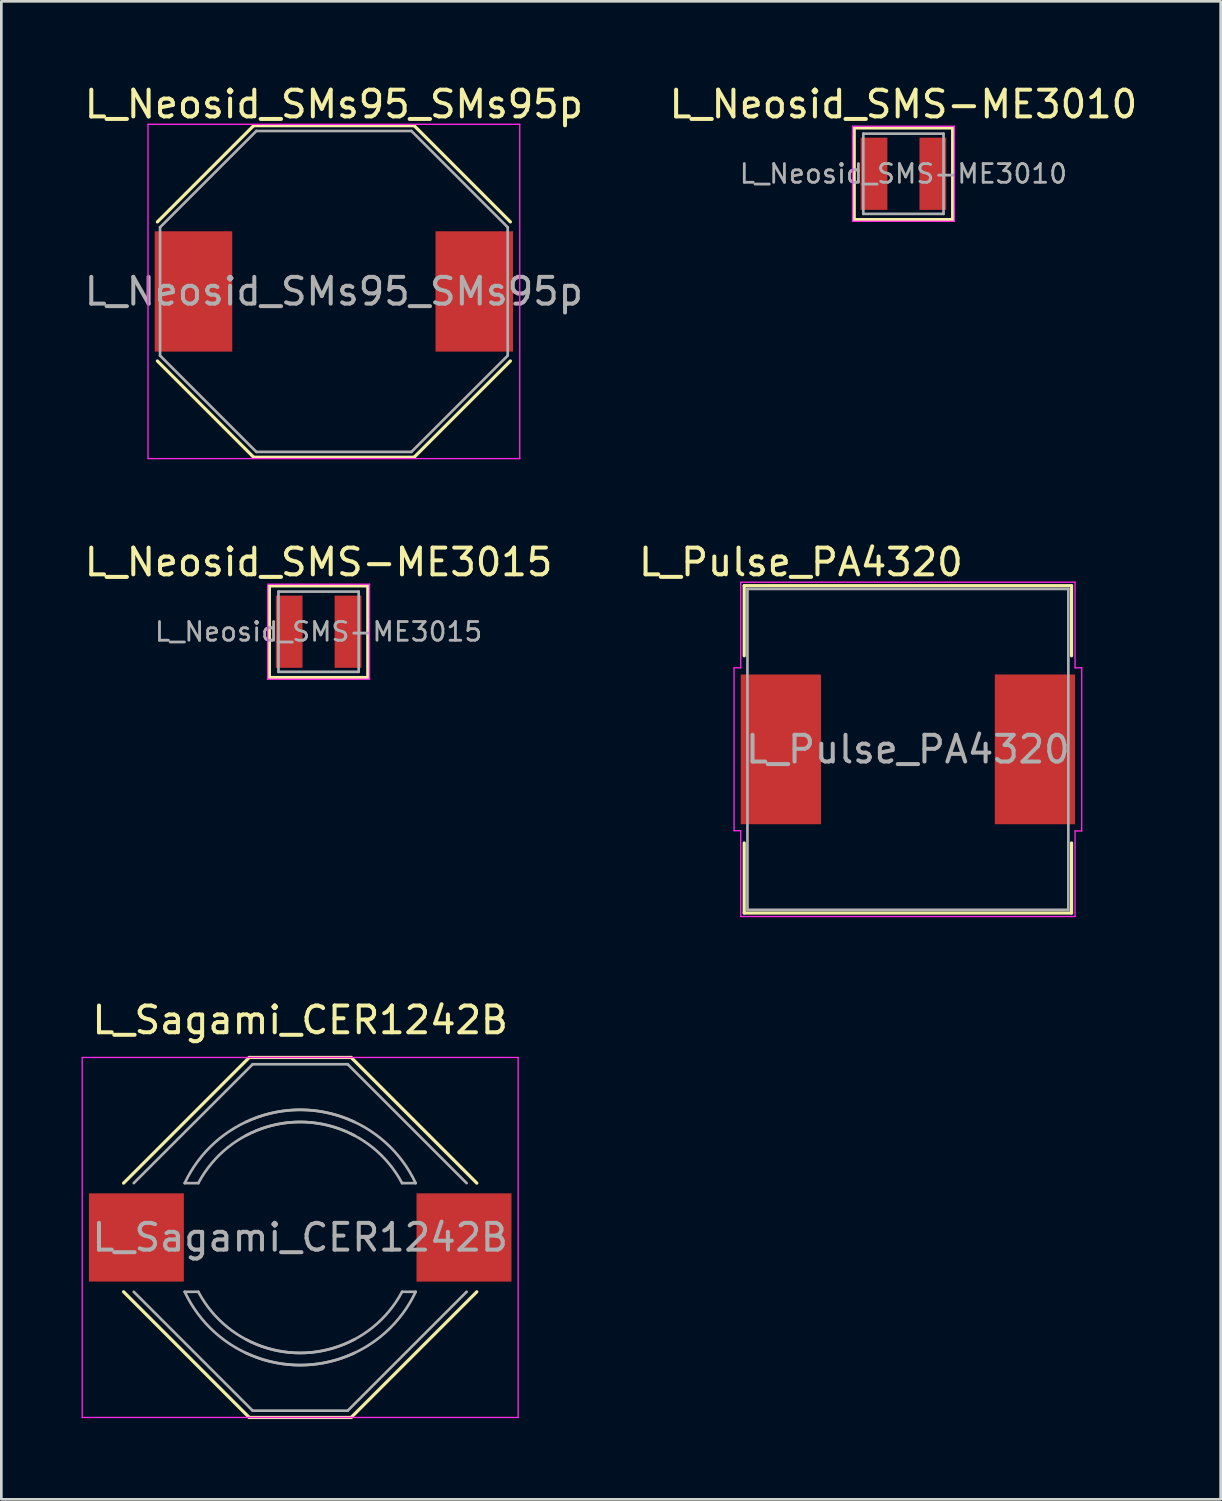
<source format=kicad_pcb>
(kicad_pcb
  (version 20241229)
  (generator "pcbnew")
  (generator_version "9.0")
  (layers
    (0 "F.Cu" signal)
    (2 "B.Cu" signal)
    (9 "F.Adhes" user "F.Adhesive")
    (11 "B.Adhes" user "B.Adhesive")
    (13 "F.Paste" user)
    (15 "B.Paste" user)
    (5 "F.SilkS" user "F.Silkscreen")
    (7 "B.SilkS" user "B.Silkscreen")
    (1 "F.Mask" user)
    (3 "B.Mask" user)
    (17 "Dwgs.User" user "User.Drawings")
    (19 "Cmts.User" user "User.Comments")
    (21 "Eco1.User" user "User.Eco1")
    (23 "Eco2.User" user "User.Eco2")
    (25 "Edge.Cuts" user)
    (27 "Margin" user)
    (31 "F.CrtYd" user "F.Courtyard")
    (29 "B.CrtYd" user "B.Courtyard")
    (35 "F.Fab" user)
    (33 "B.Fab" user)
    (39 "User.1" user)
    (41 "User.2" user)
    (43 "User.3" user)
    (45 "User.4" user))
  (footprint "L_Neosid_SMS-ME3010"
    (layer "F.Cu")
    (at 30.732 3.448)
    (property "Reference" "L_Neosid_SMS-ME3010" (at 0 -2.6 0) (layer "F.SilkS") (effects (font (size 1 1) (thickness 0.15))))
    (attr smd)
    (fp_line (start -1.841 -1.714) (end -1.841 1.714) (stroke (width 0.12) (type solid)) (layer "F.SilkS"))
    (fp_line (start -1.841 1.714) (end 1.841 1.714) (stroke (width 0.12) (type solid)) (layer "F.SilkS"))
    (fp_line (start 1.841 -1.714) (end -1.841 -1.714) (stroke (width 0.12) (type solid)) (layer "F.SilkS"))
    (fp_line (start 1.841 1.714) (end 1.841 -1.714) (stroke (width 0.12) (type solid)) (layer "F.SilkS"))
    (fp_line (start -1.905 -1.778) (end -1.905 1.778) (stroke (width 0.05) (type solid)) (layer "F.CrtYd"))
    (fp_line (start -1.905 -1.778) (end 1.905 -1.778) (stroke (width 0.05) (type solid)) (layer "F.CrtYd"))
    (fp_line (start 1.905 1.778) (end -1.905 1.778) (stroke (width 0.05) (type solid)) (layer "F.CrtYd"))
    (fp_line (start 1.905 1.778) (end 1.905 -1.778) (stroke (width 0.05) (type solid)) (layer "F.CrtYd"))
    (fp_line (start -1.5 -1.5) (end -1.5 1.5) (stroke (width 0.1) (type solid)) (layer "F.Fab"))
    (fp_line (start -1.5 1.5) (end 1.5 1.5) (stroke (width 0.1) (type solid)) (layer "F.Fab"))
    (fp_line (start 1.5 -1.5) (end -1.5 -1.5) (stroke (width 0.1) (type solid)) (layer "F.Fab"))
    (fp_line (start 1.5 1.5) (end 1.5 -1.5) (stroke (width 0.1) (type solid)) (layer "F.Fab"))
    (fp_text user "${REFERENCE}" (at 0 0 0) (layer "F.Fab") (effects (font (size 0.7 0.7) (thickness 0.105))))
    (pad "1" smd rect (at -1.1 0) (size 1 2.7) (layers "F.Cu" "F.Mask" "F.Paste"))
    (pad "2" smd rect (at 1.1 0) (size 1 2.7) (layers "F.Cu" "F.Mask" "F.Paste")))
  (footprint "L_Neosid_SMS-ME3015"
    (layer "F.Cu")
    (at 8.863 20.572)
    (property "Reference" "L_Neosid_SMS-ME3015" (at 0 -2.6 0) (layer "F.SilkS") (effects (font (size 1 1) (thickness 0.15))))
    (attr smd)
    (fp_line (start -1.841 -1.714) (end -1.841 1.714) (stroke (width 0.12) (type solid)) (layer "F.SilkS"))
    (fp_line (start -1.841 1.714) (end 1.841 1.714) (stroke (width 0.12) (type solid)) (layer "F.SilkS"))
    (fp_line (start 1.841 -1.714) (end -1.841 -1.714) (stroke (width 0.12) (type solid)) (layer "F.SilkS"))
    (fp_line (start 1.841 1.714) (end 1.841 -1.714) (stroke (width 0.12) (type solid)) (layer "F.SilkS"))
    (fp_line (start -1.905 -1.778) (end 1.905 -1.778) (stroke (width 0.05) (type solid)) (layer "F.CrtYd"))
    (fp_line (start -1.905 -1.722) (end -1.905 1.778) (stroke (width 0.05) (type solid)) (layer "F.CrtYd"))
    (fp_line (start 1.905 1.778) (end -1.905 1.778) (stroke (width 0.05) (type solid)) (layer "F.CrtYd"))
    (fp_line (start 1.905 1.778) (end 1.905 -1.778) (stroke (width 0.05) (type solid)) (layer "F.CrtYd"))
    (fp_line (start -1.5 -1.5) (end -1.5 1.5) (stroke (width 0.1) (type solid)) (layer "F.Fab"))
    (fp_line (start -1.5 1.5) (end 1.5 1.5) (stroke (width 0.1) (type solid)) (layer "F.Fab"))
    (fp_line (start 1.5 -1.5) (end -1.5 -1.5) (stroke (width 0.1) (type solid)) (layer "F.Fab"))
    (fp_line (start 1.5 1.5) (end 1.5 -1.5) (stroke (width 0.1) (type solid)) (layer "F.Fab"))
    (fp_text user "${REFERENCE}" (at 0 0 0) (layer "F.Fab") (effects (font (size 0.7 0.7) (thickness 0.105))))
    (pad "1" smd rect (at -1.1 0) (size 1 2.7) (layers "F.Cu" "F.Mask" "F.Paste"))
    (pad "2" smd rect (at 1.1 0) (size 1 2.7) (layers "F.Cu" "F.Mask" "F.Paste")))
  (footprint "L_Sagami_CER1242B"
    (layer "F.Cu")
    (at 8.175 43.223)
    (property "Reference" "L_Sagami_CER1242B" (at 0 -8.128 0) (layer "F.SilkS") (effects (font (size 1 1) (thickness 0.15))))
    (attr smd)
    (fp_line (start -6.604 -2.032) (end -1.905 -6.731) (stroke (width 0.12) (type solid)) (layer "F.SilkS"))
    (fp_line (start -6.604 2.032) (end -1.905 6.731) (stroke (width 0.12) (type solid)) (layer "F.SilkS"))
    (fp_line (start -1.905 -6.731) (end 1.905 -6.731) (stroke (width 0.12) (type solid)) (layer "F.SilkS"))
    (fp_line (start -1.905 6.731) (end 1.905 6.731) (stroke (width 0.12) (type solid)) (layer "F.SilkS"))
    (fp_line (start 1.905 -6.731) (end 6.604 -2.032) (stroke (width 0.12) (type solid)) (layer "F.SilkS"))
    (fp_line (start 1.905 6.731) (end 6.604 2.032) (stroke (width 0.12) (type solid)) (layer "F.SilkS"))
    (fp_line (start -8.15 -6.73) (end -8.15 6.73) (stroke (width 0.05) (type solid)) (layer "F.CrtYd"))
    (fp_line (start -8.15 -6.73) (end 8.15 -6.73) (stroke (width 0.05) (type solid)) (layer "F.CrtYd"))
    (fp_line (start -8.15 6.73) (end 8.15 6.73) (stroke (width 0.05) (type solid)) (layer "F.CrtYd"))
    (fp_line (start 8.15 -6.73) (end 8.15 6.73) (stroke (width 0.05) (type solid)) (layer "F.CrtYd"))
    (fp_line (start -6.223 -2.032) (end -1.778 -6.477) (stroke (width 0.1) (type solid)) (layer "F.Fab"))
    (fp_line (start -6.223 2.032) (end -1.778 6.477) (stroke (width 0.1) (type solid)) (layer "F.Fab"))
    (fp_line (start -3.81 -2.032) (end -4.318 -2.032) (stroke (width 0.1) (type solid)) (layer "F.Fab"))
    (fp_line (start -3.81 2.032) (end -4.318 2.032) (stroke (width 0.1) (type solid)) (layer "F.Fab"))
    (fp_line (start -1.778 6.477) (end 1.778 6.477) (stroke (width 0.1) (type solid)) (layer "F.Fab"))
    (fp_line (start 1.778 -6.477) (end -1.778 -6.477) (stroke (width 0.1) (type solid)) (layer "F.Fab"))
    (fp_line (start 1.778 6.477) (end 6.223 2.032) (stroke (width 0.1) (type solid)) (layer "F.Fab"))
    (fp_line (start 3.81 -2.032) (end 4.318 -2.032) (stroke (width 0.1) (type solid)) (layer "F.Fab"))
    (fp_line (start 3.81 2.032) (end 4.318 2.032) (stroke (width 0.1) (type solid)) (layer "F.Fab"))
    (fp_line (start 6.223 -2.032) (end 1.778 -6.477) (stroke (width 0.1) (type solid)) (layer "F.Fab"))
    (fp_arc (start -4.318 -2.032) (mid -1.616446 -4.490128) (end 2.032 -4.318) (stroke (width 0.1) (type solid)) (layer "F.Fab"))
    (fp_arc (start -3.81 -2.032) (mid -1.257236 -4.130918) (end 2.032 -3.81) (stroke (width 0.1) (type solid)) (layer "F.Fab"))
    (fp_arc (start -2.032 -4.318) (mid 1.616446 -4.490128) (end 4.318 -2.032) (stroke (width 0.1) (type solid)) (layer "F.Fab"))
    (fp_arc (start -2.032 -3.81) (mid 1.257236 -4.130918) (end 3.81 -2.032) (stroke (width 0.1) (type solid)) (layer "F.Fab"))
    (fp_arc (start 2.032 3.81) (mid -1.257236 4.130918) (end -3.81 2.032) (stroke (width 0.1) (type solid)) (layer "F.Fab"))
    (fp_arc (start 2.032 4.318) (mid -1.616446 4.490128) (end -4.318 2.032) (stroke (width 0.1) (type solid)) (layer "F.Fab"))
    (fp_arc (start 3.81 2.032) (mid 1.257236 4.130918) (end -2.032 3.81) (stroke (width 0.1) (type solid)) (layer "F.Fab"))
    (fp_arc (start 4.318 2.032) (mid 1.616446 4.490128) (end -2.032 4.318) (stroke (width 0.1) (type solid)) (layer "F.Fab"))
    (fp_text user "${REFERENCE}" (at 0 0 0) (layer "F.Fab") (effects (font (size 1 1) (thickness 0.15))))
    (pad "1" smd rect (at -6.125 0) (size 3.55 3.3) (layers "F.Cu" "F.Mask" "F.Paste"))
    (pad "2" smd rect (at 6.125 0) (size 3.55 3.3) (layers "F.Cu" "F.Mask" "F.Paste")))
  (footprint "L_Pulse_PA4320"
    (layer "F.Cu")
    (at 30.899 24.971)
    (property "Reference" "L_Pulse_PA4320" (at -4 -7 0) (layer "F.SilkS") (effects (font (size 1 1) (thickness 0.15))))
    (attr smd)
    (fp_line (start -6.12 -6.12) (end -6.12 -3.5) (stroke (width 0.12) (type solid)) (layer "F.SilkS"))
    (fp_line (start -6.12 -6.12) (end 6.12 -6.12) (stroke (width 0.12) (type solid)) (layer "F.SilkS"))
    (fp_line (start -6.12 3.5) (end -6.12 6.12) (stroke (width 0.12) (type solid)) (layer "F.SilkS"))
    (fp_line (start -6.12 6.12) (end 6.12 6.12) (stroke (width 0.12) (type solid)) (layer "F.SilkS"))
    (fp_line (start 6.12 -6.12) (end 6.12 -3.5) (stroke (width 0.12) (type solid)) (layer "F.SilkS"))
    (fp_line (start 6.12 3.5) (end 6.12 6.12) (stroke (width 0.12) (type solid)) (layer "F.SilkS"))
    (fp_line (start -6.5 3.04) (end -6.5 -3.05) (stroke (width 0.05) (type solid)) (layer "F.CrtYd"))
    (fp_line (start -6.25 -6.25) (end -6.25 -3.05) (stroke (width 0.05) (type solid)) (layer "F.CrtYd"))
    (fp_line (start -6.25 -6.25) (end 6.25 -6.25) (stroke (width 0.05) (type solid)) (layer "F.CrtYd"))
    (fp_line (start -6.25 -3.05) (end -6.5 -3.05) (stroke (width 0.05) (type solid)) (layer "F.CrtYd"))
    (fp_line (start -6.25 3.04) (end -6.5 3.04) (stroke (width 0.05) (type solid)) (layer "F.CrtYd"))
    (fp_line (start -6.25 3.04) (end -6.25 6.25) (stroke (width 0.05) (type solid)) (layer "F.CrtYd"))
    (fp_line (start 6.25 -6.25) (end 6.25 -3.05) (stroke (width 0.05) (type solid)) (layer "F.CrtYd"))
    (fp_line (start 6.25 -3.05) (end 6.5 -3.05) (stroke (width 0.05) (type solid)) (layer "F.CrtYd"))
    (fp_line (start 6.25 3.05) (end 6.25 6.25) (stroke (width 0.05) (type solid)) (layer "F.CrtYd"))
    (fp_line (start 6.25 6.25) (end -6.25 6.25) (stroke (width 0.05) (type solid)) (layer "F.CrtYd"))
    (fp_line (start 6.5 -3.05) (end 6.5 3.05) (stroke (width 0.05) (type solid)) (layer "F.CrtYd"))
    (fp_line (start 6.5 3.05) (end 6.25 3.05) (stroke (width 0.05) (type solid)) (layer "F.CrtYd"))
    (fp_line (start -6 -6) (end 6 -6) (stroke (width 0.1) (type solid)) (layer "F.Fab"))
    (fp_line (start -6 6) (end -6 -6) (stroke (width 0.1) (type solid)) (layer "F.Fab"))
    (fp_line (start 6 -6) (end 6 6) (stroke (width 0.1) (type solid)) (layer "F.Fab"))
    (fp_line (start 6 6) (end -6 6) (stroke (width 0.1) (type solid)) (layer "F.Fab"))
    (fp_text user "${REFERENCE}" (at 0 0 0) (layer "F.Fab") (effects (font (size 1 1) (thickness 0.15))))
    (pad "1" smd rect (at -4.75 0 90) (size 5.6 3) (layers "F.Cu" "F.Mask" "F.Paste"))
    (pad "2" smd rect (at 4.75 0 90) (size 5.6 3) (layers "F.Cu" "F.Mask" "F.Paste")))
  (footprint "L_Neosid_SMs95_SMs95p"
    (layer "F.Cu")
    (at 9.435 7.848)
    (property "Reference" "L_Neosid_SMs95_SMs95p" (at 0 -7 0) (layer "F.SilkS") (effects (font (size 1 1) (thickness 0.15))))
    (attr smd)
    (fp_line (start -6.6 -2.6) (end -3 -6.2) (stroke (width 0.12) (type solid)) (layer "F.SilkS"))
    (fp_line (start -3 -6.2) (end 3 -6.2) (stroke (width 0.12) (type solid)) (layer "F.SilkS"))
    (fp_line (start -3 6.2) (end -6.6 2.6) (stroke (width 0.12) (type solid)) (layer "F.SilkS"))
    (fp_line (start 3 -6.2) (end 6.6 -2.6) (stroke (width 0.12) (type solid)) (layer "F.SilkS"))
    (fp_line (start 3 6.2) (end -3 6.2) (stroke (width 0.12) (type solid)) (layer "F.SilkS"))
    (fp_line (start 6.6 2.6) (end 3 6.2) (stroke (width 0.12) (type solid)) (layer "F.SilkS"))
    (fp_line (start -6.95 -6.25) (end -6.95 6.25) (stroke (width 0.05) (type solid)) (layer "F.CrtYd"))
    (fp_line (start -6.95 -6.25) (end 6.95 -6.25) (stroke (width 0.05) (type solid)) (layer "F.CrtYd"))
    (fp_line (start 6.95 6.25) (end -6.95 6.25) (stroke (width 0.05) (type solid)) (layer "F.CrtYd"))
    (fp_line (start 6.95 6.25) (end 6.95 -6.25) (stroke (width 0.05) (type solid)) (layer "F.CrtYd"))
    (fp_line (start -6.5 -2.4) (end -6.5 2.4) (stroke (width 0.1) (type solid)) (layer "F.Fab"))
    (fp_line (start -6.5 -2.4) (end -2.9 -6) (stroke (width 0.1) (type solid)) (layer "F.Fab"))
    (fp_line (start -6.5 2.4) (end -2.9 6) (stroke (width 0.1) (type solid)) (layer "F.Fab"))
    (fp_line (start -2.9 6) (end 2.9 6) (stroke (width 0.1) (type solid)) (layer "F.Fab"))
    (fp_line (start 2.9 -6) (end -2.9 -6) (stroke (width 0.1) (type solid)) (layer "F.Fab"))
    (fp_line (start 2.9 6) (end 6.5 2.4) (stroke (width 0.1) (type solid)) (layer "F.Fab"))
    (fp_line (start 6.5 -2.4) (end 2.9 -6) (stroke (width 0.1) (type solid)) (layer "F.Fab"))
    (fp_line (start 6.5 2.4) (end 6.5 -2.4) (stroke (width 0.1) (type solid)) (layer "F.Fab"))
    (fp_text user "${REFERENCE}" (at 0 0 0) (layer "F.Fab") (effects (font (size 1 1) (thickness 0.15))))
    (pad "1" smd rect (at -5.25 0) (size 2.9 4.5) (layers "F.Cu" "F.Mask" "F.Paste"))
    (pad "2" smd rect (at 5.25 0) (size 2.9 4.5) (layers "F.Cu" "F.Mask" "F.Paste")))
  (gr_rect
    (start -3 -3)
    (end 42.595 53.014)
    (stroke (width 0.1) (type default))
    (fill no)
    (layer "Edge.Cuts")))
</source>
